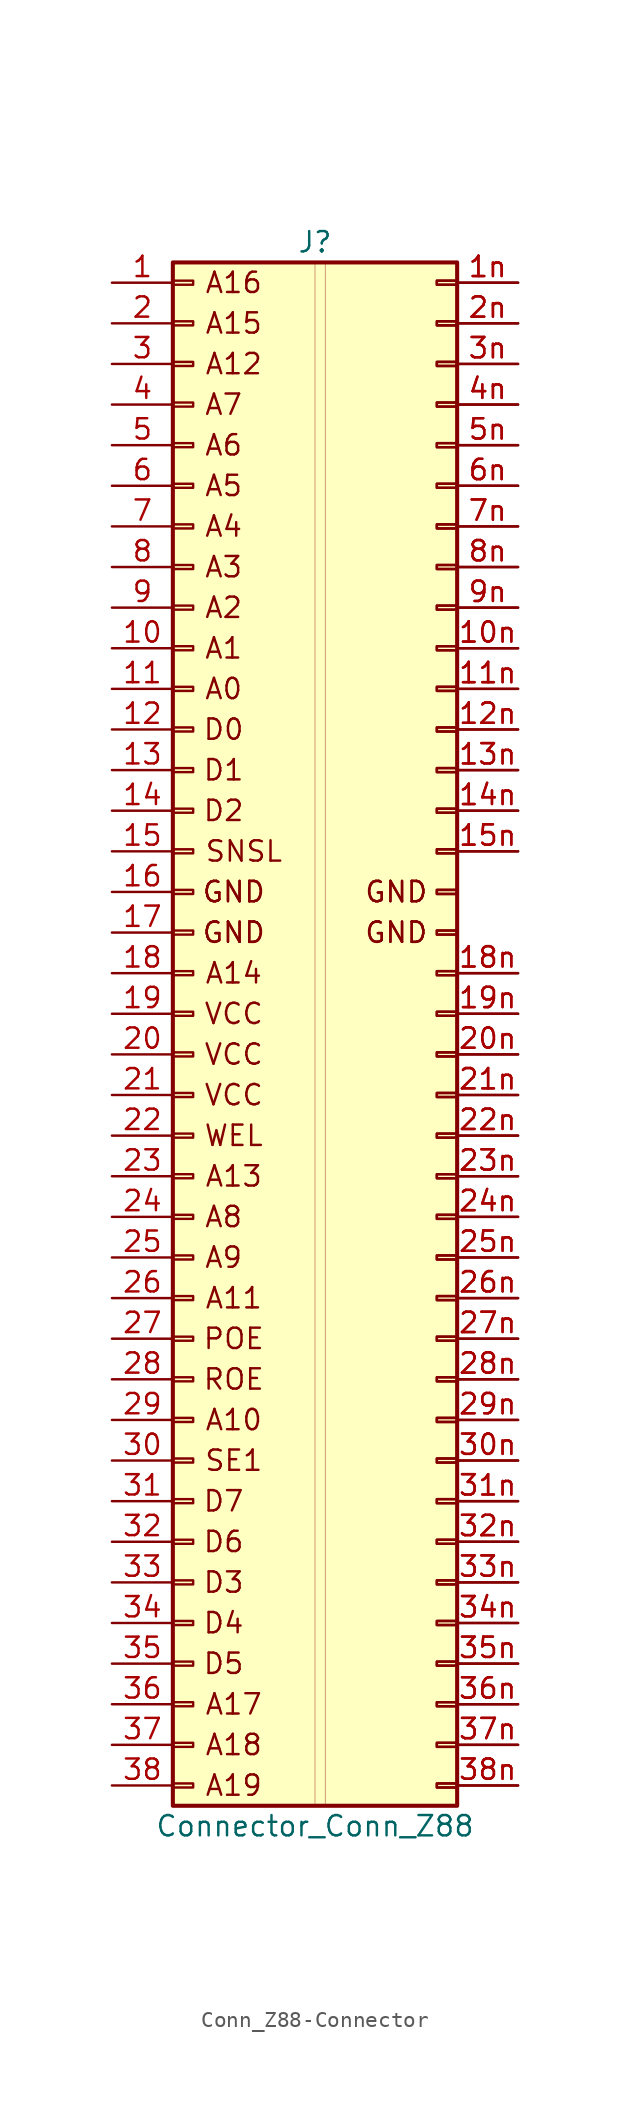
<source format=kicad_sym>
(kicad_symbol_lib
  (version 20231120)
  (generator "kicad_symbol_editor")
  (generator_version "8.0")
  (symbol "Conn_Z88-Connector"
    (pin_names
      (offset 1.016) hide)
    (property "Reference" "J"
      (at 8.89 1.27 0)
      (effects (font (size 1.27 1.27))))
    (property "Value" "Connector_Conn_Z88"
      (at 8.89 -97.79 0)
      (effects (font (size 1.27 1.27))))
    (symbol "Conn_Z88-Connector_0_0"
      (text "GND" (at 13.97 -39.37 0) (effects (font (size 1.27 1.27))))
      (text "GND" (at 13.97 -39.37 0) (effects (font (size 1.27 1.27))))
      (text "WEL" (at 3.81 -54.61 0) (effects (font (size 1.27 1.27)))))
    (symbol "Conn_Z88-Connector_1_1"
      (rectangle (start 0 -95.123) (end 1.27 -95.377) (stroke (width 0.152) (type solid)) (fill (type none)))
      (rectangle (start 0 -92.583) (end 1.27 -92.837) (stroke (width 0.152) (type solid)) (fill (type none)))
      (rectangle (start 0 -90.043) (end 1.27 -90.297) (stroke (width 0.152) (type solid)) (fill (type none)))
      (rectangle (start 0 -87.503) (end 1.27 -87.757) (stroke (width 0.152) (type solid)) (fill (type none)))
      (rectangle (start 0 -84.963) (end 1.27 -85.217) (stroke (width 0.152) (type solid)) (fill (type none)))
      (rectangle (start 0 -82.423) (end 1.27 -82.677) (stroke (width 0.152) (type solid)) (fill (type none)))
      (rectangle (start 0 -79.883) (end 1.27 -80.137) (stroke (width 0.152) (type solid)) (fill (type none)))
      (rectangle (start 0 -77.343) (end 1.27 -77.597) (stroke (width 0.152) (type solid)) (fill (type none)))
      (rectangle (start 0 -74.803) (end 1.27 -75.057) (stroke (width 0.152) (type solid)) (fill (type none)))
      (rectangle (start 0 -72.263) (end 1.27 -72.517) (stroke (width 0.152) (type solid)) (fill (type none)))
      (rectangle (start 0 -69.723) (end 1.27 -69.977) (stroke (width 0.152) (type solid)) (fill (type none)))
      (rectangle (start 0 -67.183) (end 1.27 -67.437) (stroke (width 0.152) (type solid)) (fill (type none)))
      (rectangle (start 0 -64.643) (end 1.27 -64.897) (stroke (width 0.152) (type solid)) (fill (type none)))
      (rectangle (start 0 -62.103) (end 1.27 -62.357) (stroke (width 0.152) (type solid)) (fill (type none)))
      (rectangle (start 0 -59.563) (end 1.27 -59.817) (stroke (width 0.152) (type solid)) (fill (type none)))
      (rectangle (start 0 -57.023) (end 1.27 -57.277) (stroke (width 0.152) (type solid)) (fill (type none)))
      (rectangle (start 0 -54.483) (end 1.27 -54.737) (stroke (width 0.152) (type solid)) (fill (type none)))
      (rectangle (start 0 -51.943) (end 1.27 -52.197) (stroke (width 0.152) (type solid)) (fill (type none)))
      (rectangle (start 0 -49.403) (end 1.27 -49.657) (stroke (width 0.152) (type solid)) (fill (type none)))
      (rectangle (start 0 -46.863) (end 1.27 -47.117) (stroke (width 0.152) (type solid)) (fill (type none)))
      (rectangle (start 0 -44.323) (end 1.27 -44.577) (stroke (width 0.152) (type solid)) (fill (type none)))
      (rectangle (start 0 -41.783) (end 1.27 -42.037) (stroke (width 0.152) (type solid)) (fill (type none)))
      (rectangle (start 0 -39.243) (end 1.27 -39.497) (stroke (width 0.152) (type solid)) (fill (type none)))
      (rectangle (start 0 -36.703) (end 1.27 -36.957) (stroke (width 0.152) (type solid)) (fill (type none)))
      (rectangle (start 0 -34.163) (end 1.27 -34.417) (stroke (width 0.152) (type solid)) (fill (type none)))
      (rectangle (start 0 -31.623) (end 1.27 -31.877) (stroke (width 0.152) (type solid)) (fill (type none)))
      (rectangle (start 0 -29.083) (end 1.27 -29.337) (stroke (width 0.152) (type solid)) (fill (type none)))
      (rectangle (start 0 -26.543) (end 1.27 -26.797) (stroke (width 0.152) (type solid)) (fill (type none)))
      (rectangle (start 0 -24.003) (end 1.27 -24.257) (stroke (width 0.152) (type solid)) (fill (type none)))
      (rectangle (start 0 -21.463) (end 1.27 -21.717) (stroke (width 0.152) (type solid)) (fill (type none)))
      (rectangle (start 0 -18.923) (end 1.27 -19.177) (stroke (width 0.152) (type solid)) (fill (type none)))
      (rectangle (start 0 -16.383) (end 1.27 -16.637) (stroke (width 0.152) (type solid)) (fill (type none)))
      (rectangle (start 0 -13.843) (end 1.27 -14.097) (stroke (width 0.152) (type solid)) (fill (type none)))
      (rectangle (start 0 -11.303) (end 1.27 -11.557) (stroke (width 0.152) (type solid)) (fill (type none)))
      (rectangle (start 0 -8.763) (end 1.27 -9.017) (stroke (width 0.152) (type solid)) (fill (type none)))
      (rectangle (start 0 -6.223) (end 1.27 -6.477) (stroke (width 0.152) (type solid)) (fill (type none)))
      (rectangle (start 0 -3.683) (end 1.27 -3.937) (stroke (width 0.152) (type solid)) (fill (type none)))
      (rectangle (start 0 -1.143) (end 1.27 -1.397) (stroke (width 0.152) (type solid)) (fill (type none)))
      (rectangle (start 0 0) (end 17.78 -96.52) (stroke (width 0.254) (type solid)) (fill (type background)))
      (rectangle (start 8.89 0) (end 9.525 -96.52) (stroke (width 0.025) (type solid)) (fill (type background)))
      (rectangle (start 17.78 -95.123) (end 16.51 -95.377) (stroke (width 0.152) (type solid)) (fill (type none)))
      (rectangle (start 17.78 -95.123) (end 16.51 -95.377) (stroke (width 0.152) (type solid)) (fill (type none)))
      (rectangle (start 17.78 -92.583) (end 16.51 -92.837) (stroke (width 0.152) (type solid)) (fill (type none)))
      (rectangle (start 17.78 -92.583) (end 16.51 -92.837) (stroke (width 0.152) (type solid)) (fill (type none)))
      (rectangle (start 17.78 -90.043) (end 16.51 -90.297) (stroke (width 0.152) (type solid)) (fill (type none)))
      (rectangle (start 17.78 -90.043) (end 16.51 -90.297) (stroke (width 0.152) (type solid)) (fill (type none)))
      (rectangle (start 17.78 -87.503) (end 16.51 -87.757) (stroke (width 0.152) (type solid)) (fill (type none)))
      (rectangle (start 17.78 -87.503) (end 16.51 -87.757) (stroke (width 0.152) (type solid)) (fill (type none)))
      (rectangle (start 17.78 -84.963) (end 16.51 -85.217) (stroke (width 0.152) (type solid)) (fill (type none)))
      (rectangle (start 17.78 -84.963) (end 16.51 -85.217) (stroke (width 0.152) (type solid)) (fill (type none)))
      (rectangle (start 17.78 -82.423) (end 16.51 -82.677) (stroke (width 0.152) (type solid)) (fill (type none)))
      (rectangle (start 17.78 -82.423) (end 16.51 -82.677) (stroke (width 0.152) (type solid)) (fill (type none)))
      (rectangle (start 17.78 -79.883) (end 16.51 -80.137) (stroke (width 0.152) (type solid)) (fill (type none)))
      (rectangle (start 17.78 -79.883) (end 16.51 -80.137) (stroke (width 0.152) (type solid)) (fill (type none)))
      (rectangle (start 17.78 -77.343) (end 16.51 -77.597) (stroke (width 0.152) (type solid)) (fill (type none)))
      (rectangle (start 17.78 -77.343) (end 16.51 -77.597) (stroke (width 0.152) (type solid)) (fill (type none)))
      (rectangle (start 17.78 -74.803) (end 16.51 -75.057) (stroke (width 0.152) (type solid)) (fill (type none)))
      (rectangle (start 17.78 -74.803) (end 16.51 -75.057) (stroke (width 0.152) (type solid)) (fill (type none)))
      (rectangle (start 17.78 -72.263) (end 16.51 -72.517) (stroke (width 0.152) (type solid)) (fill (type none)))
      (rectangle (start 17.78 -72.263) (end 16.51 -72.517) (stroke (width 0.152) (type solid)) (fill (type none)))
      (rectangle (start 17.78 -69.723) (end 16.51 -69.977) (stroke (width 0.152) (type solid)) (fill (type none)))
      (rectangle (start 17.78 -69.723) (end 16.51 -69.977) (stroke (width 0.152) (type solid)) (fill (type none)))
      (rectangle (start 17.78 -67.183) (end 16.51 -67.437) (stroke (width 0.152) (type solid)) (fill (type none)))
      (rectangle (start 17.78 -67.183) (end 16.51 -67.437) (stroke (width 0.152) (type solid)) (fill (type none)))
      (rectangle (start 17.78 -64.643) (end 16.51 -64.897) (stroke (width 0.152) (type solid)) (fill (type none)))
      (rectangle (start 17.78 -64.643) (end 16.51 -64.897) (stroke (width 0.152) (type solid)) (fill (type none)))
      (rectangle (start 17.78 -62.103) (end 16.51 -62.357) (stroke (width 0.152) (type solid)) (fill (type none)))
      (rectangle (start 17.78 -62.103) (end 16.51 -62.357) (stroke (width 0.152) (type solid)) (fill (type none)))
      (rectangle (start 17.78 -59.563) (end 16.51 -59.817) (stroke (width 0.152) (type solid)) (fill (type none)))
      (rectangle (start 17.78 -59.563) (end 16.51 -59.817) (stroke (width 0.152) (type solid)) (fill (type none)))
      (rectangle (start 17.78 -57.023) (end 16.51 -57.277) (stroke (width 0.152) (type solid)) (fill (type none)))
      (rectangle (start 17.78 -57.023) (end 16.51 -57.277) (stroke (width 0.152) (type solid)) (fill (type none)))
      (rectangle (start 17.78 -54.483) (end 16.51 -54.737) (stroke (width 0.152) (type solid)) (fill (type none)))
      (rectangle (start 17.78 -54.483) (end 16.51 -54.737) (stroke (width 0.152) (type solid)) (fill (type none)))
      (rectangle (start 17.78 -51.943) (end 16.51 -52.197) (stroke (width 0.152) (type solid)) (fill (type none)))
      (rectangle (start 17.78 -51.943) (end 16.51 -52.197) (stroke (width 0.152) (type solid)) (fill (type none)))
      (rectangle (start 17.78 -49.403) (end 16.51 -49.657) (stroke (width 0.152) (type solid)) (fill (type none)))
      (rectangle (start 17.78 -49.403) (end 16.51 -49.657) (stroke (width 0.152) (type solid)) (fill (type none)))
      (rectangle (start 17.78 -46.863) (end 16.51 -47.117) (stroke (width 0.152) (type solid)) (fill (type none)))
      (rectangle (start 17.78 -46.863) (end 16.51 -47.117) (stroke (width 0.152) (type solid)) (fill (type none)))
      (rectangle (start 17.78 -44.323) (end 16.51 -44.577) (stroke (width 0.152) (type solid)) (fill (type none)))
      (rectangle (start 17.78 -44.323) (end 16.51 -44.577) (stroke (width 0.152) (type solid)) (fill (type none)))
      (rectangle (start 17.78 -41.783) (end 16.51 -42.037) (stroke (width 0.152) (type solid)) (fill (type none)))
      (rectangle (start 17.78 -41.783) (end 16.51 -42.037) (stroke (width 0.152) (type solid)) (fill (type none)))
      (rectangle (start 17.78 -39.243) (end 16.51 -39.497) (stroke (width 0.152) (type solid)) (fill (type none)))
      (rectangle (start 17.78 -39.243) (end 16.51 -39.497) (stroke (width 0.152) (type solid)) (fill (type none)))
      (rectangle (start 17.78 -36.703) (end 16.51 -36.957) (stroke (width 0.152) (type solid)) (fill (type none)))
      (rectangle (start 17.78 -36.703) (end 16.51 -36.957) (stroke (width 0.152) (type solid)) (fill (type none)))
      (rectangle (start 17.78 -34.163) (end 16.51 -34.417) (stroke (width 0.152) (type solid)) (fill (type none)))
      (rectangle (start 17.78 -34.163) (end 16.51 -34.417) (stroke (width 0.152) (type solid)) (fill (type none)))
      (rectangle (start 17.78 -31.623) (end 16.51 -31.877) (stroke (width 0.152) (type solid)) (fill (type none)))
      (rectangle (start 17.78 -31.623) (end 16.51 -31.877) (stroke (width 0.152) (type solid)) (fill (type none)))
      (rectangle (start 17.78 -29.083) (end 16.51 -29.337) (stroke (width 0.152) (type solid)) (fill (type none)))
      (rectangle (start 17.78 -29.083) (end 16.51 -29.337) (stroke (width 0.152) (type solid)) (fill (type none)))
      (rectangle (start 17.78 -26.543) (end 16.51 -26.797) (stroke (width 0.152) (type solid)) (fill (type none)))
      (rectangle (start 17.78 -26.543) (end 16.51 -26.797) (stroke (width 0.152) (type solid)) (fill (type none)))
      (rectangle (start 17.78 -24.003) (end 16.51 -24.257) (stroke (width 0.152) (type solid)) (fill (type none)))
      (rectangle (start 17.78 -24.003) (end 16.51 -24.257) (stroke (width 0.152) (type solid)) (fill (type none)))
      (rectangle (start 17.78 -21.463) (end 16.51 -21.717) (stroke (width 0.152) (type solid)) (fill (type none)))
      (rectangle (start 17.78 -21.463) (end 16.51 -21.717) (stroke (width 0.152) (type solid)) (fill (type none)))
      (rectangle (start 17.78 -18.923) (end 16.51 -19.177) (stroke (width 0.152) (type solid)) (fill (type none)))
      (rectangle (start 17.78 -18.923) (end 16.51 -19.177) (stroke (width 0.152) (type solid)) (fill (type none)))
      (rectangle (start 17.78 -16.383) (end 16.51 -16.637) (stroke (width 0.152) (type solid)) (fill (type none)))
      (rectangle (start 17.78 -16.383) (end 16.51 -16.637) (stroke (width 0.152) (type solid)) (fill (type none)))
      (rectangle (start 17.78 -13.843) (end 16.51 -14.097) (stroke (width 0.152) (type solid)) (fill (type none)))
      (rectangle (start 17.78 -13.843) (end 16.51 -14.097) (stroke (width 0.152) (type solid)) (fill (type none)))
      (rectangle (start 17.78 -11.303) (end 16.51 -11.557) (stroke (width 0.152) (type solid)) (fill (type none)))
      (rectangle (start 17.78 -11.303) (end 16.51 -11.557) (stroke (width 0.152) (type solid)) (fill (type none)))
      (rectangle (start 17.78 -8.763) (end 16.51 -9.017) (stroke (width 0.152) (type solid)) (fill (type none)))
      (rectangle (start 17.78 -8.763) (end 16.51 -9.017) (stroke (width 0.152) (type solid)) (fill (type none)))
      (rectangle (start 17.78 -6.223) (end 16.51 -6.477) (stroke (width 0.152) (type solid)) (fill (type none)))
      (rectangle (start 17.78 -6.223) (end 16.51 -6.477) (stroke (width 0.152) (type solid)) (fill (type none)))
      (rectangle (start 17.78 -3.683) (end 16.51 -3.937) (stroke (width 0.152) (type solid)) (fill (type none)))
      (rectangle (start 17.78 -3.683) (end 16.51 -3.937) (stroke (width 0.152) (type solid)) (fill (type none)))
      (rectangle (start 17.78 -1.143) (end 16.51 -1.397) (stroke (width 0.152) (type solid)) (fill (type none)))
      (rectangle (start 17.78 -1.143) (end 16.51 -1.397) (stroke (width 0.152) (type solid)) (fill (type none)))
      (text "A0" (at 3.175 -26.67 0) (effects (font (size 1.27 1.27))))
      (text "A1" (at 3.175 -24.13 0) (effects (font (size 1.27 1.27))))
      (text "A10" (at 3.81 -72.39 0) (effects (font (size 1.27 1.27))))
      (text "A11" (at 3.81 -64.77 0) (effects (font (size 1.27 1.27))))
      (text "A12" (at 3.81 -6.35 0) (effects (font (size 1.27 1.27))))
      (text "A13" (at 3.81 -57.15 0) (effects (font (size 1.27 1.27))))
      (text "A14" (at 3.81 -44.45 0) (effects (font (size 1.27 1.27))))
      (text "A15" (at 3.81 -3.81 0) (effects (font (size 1.27 1.27))))
      (text "A16" (at 3.81 -1.27 0) (effects (font (size 1.27 1.27))))
      (text "A17" (at 3.81 -90.17 0) (effects (font (size 1.27 1.27))))
      (text "A18" (at 3.81 -92.71 0) (effects (font (size 1.27 1.27))))
      (text "A19" (at 3.81 -95.25 0) (effects (font (size 1.27 1.27))))
      (text "A2" (at 3.175 -21.59 0) (effects (font (size 1.27 1.27))))
      (text "A3" (at 3.175 -19.05 0) (effects (font (size 1.27 1.27))))
      (text "A4" (at 3.175 -16.51 0) (effects (font (size 1.27 1.27))))
      (text "A5" (at 3.175 -13.97 0) (effects (font (size 1.27 1.27))))
      (text "A6" (at 3.175 -11.43 0) (effects (font (size 1.27 1.27))))
      (text "A7" (at 3.175 -8.89 0) (effects (font (size 1.27 1.27))))
      (text "A8" (at 3.175 -59.69 0) (effects (font (size 1.27 1.27))))
      (text "A9" (at 3.175 -62.23 0) (effects (font (size 1.27 1.27))))
      (text "D0" (at 3.175 -29.21 0) (effects (font (size 1.27 1.27))))
      (text "D1" (at 3.175 -31.75 0) (effects (font (size 1.27 1.27))))
      (text "D2" (at 3.175 -34.29 0) (effects (font (size 1.27 1.27))))
      (text "D3" (at 3.175 -82.55 0) (effects (font (size 1.27 1.27))))
      (text "D4" (at 3.175 -85.09 0) (effects (font (size 1.27 1.27))))
      (text "D5" (at 3.175 -87.63 0) (effects (font (size 1.27 1.27))))
      (text "D6" (at 3.175 -80.01 0) (effects (font (size 1.27 1.27))))
      (text "D7" (at 3.175 -77.47 0) (effects (font (size 1.27 1.27))))
      (text "GND" (at 3.81 -41.91 0) (effects (font (size 1.27 1.27))))
      (text "GND" (at 3.81 -41.91 0) (effects (font (size 1.27 1.27))))
      (text "GND" (at 3.81 -39.37 0) (effects (font (size 1.27 1.27))))
      (text "GND" (at 3.81 -39.37 0) (effects (font (size 1.27 1.27))))
      (text "GND" (at 13.97 -41.91 0) (effects (font (size 1.27 1.27))))
      (text "GND" (at 13.97 -41.91 0) (effects (font (size 1.27 1.27))))
      (text "POE" (at 3.81 -67.31 0) (effects (font (size 1.27 1.27))))
      (text "ROE" (at 3.81 -69.85 0) (effects (font (size 1.27 1.27))))
      (text "SE1" (at 3.81 -74.93 0) (effects (font (size 1.27 1.27))))
      (text "SNSL" (at 4.445 -36.83 0) (effects (font (size 1.27 1.27))))
      (text "VCC" (at 3.81 -52.07 0) (effects (font (size 1.27 1.27))))
      (text "VCC" (at 3.81 -49.53 0) (effects (font (size 1.27 1.27))))
      (text "VCC" (at 3.81 -46.99 0) (effects (font (size 1.27 1.27))))
      (pin passive line (at -3.81 -1.27 0) (length 3.81) (name "Pin_1" (effects (font (size 1.27 1.27)))) (number "1" (effects (font (size 1.27 1.27)))))
      (pin passive line (at -3.81 -24.13 0) (length 3.81) (name "Pin_10" (effects (font (size 1.27 1.27)))) (number "10" (effects (font (size 1.27 1.27)))))
      (pin passive line (at 21.59 -24.13 180) (length 3.81) (name "Pin_48" (effects (font (size 1.27 1.27)))) (number "10n" (effects (font (size 1.27 1.27)))))
      (pin passive line (at 21.59 -24.13 180) (length 3.81) (name "Pin_48" (effects (font (size 1.27 1.27)))) (number "10n" (effects (font (size 1.27 1.27)))))
      (pin passive line (at -3.81 -26.67 0) (length 3.81) (name "Pin_11" (effects (font (size 1.27 1.27)))) (number "11" (effects (font (size 1.27 1.27)))))
      (pin passive line (at 21.59 -26.67 180) (length 3.81) (name "Pin_49" (effects (font (size 1.27 1.27)))) (number "11n" (effects (font (size 1.27 1.27)))))
      (pin passive line (at 21.59 -26.67 180) (length 3.81) (name "Pin_49" (effects (font (size 1.27 1.27)))) (number "11n" (effects (font (size 1.27 1.27)))))
      (pin passive line (at -3.81 -29.21 0) (length 3.81) (name "Pin_12" (effects (font (size 1.27 1.27)))) (number "12" (effects (font (size 1.27 1.27)))))
      (pin passive line (at 21.59 -29.21 180) (length 3.81) (name "Pin_50" (effects (font (size 1.27 1.27)))) (number "12n" (effects (font (size 1.27 1.27)))))
      (pin passive line (at 21.59 -29.21 180) (length 3.81) (name "Pin_50" (effects (font (size 1.27 1.27)))) (number "12n" (effects (font (size 1.27 1.27)))))
      (pin passive line (at -3.81 -31.75 0) (length 3.81) (name "Pin_13" (effects (font (size 1.27 1.27)))) (number "13" (effects (font (size 1.27 1.27)))))
      (pin passive line (at 21.59 -31.75 180) (length 3.81) (name "Pin_51" (effects (font (size 1.27 1.27)))) (number "13n" (effects (font (size 1.27 1.27)))))
      (pin passive line (at 21.59 -31.75 180) (length 3.81) (name "Pin_51" (effects (font (size 1.27 1.27)))) (number "13n" (effects (font (size 1.27 1.27)))))
      (pin passive line (at -3.81 -34.29 0) (length 3.81) (name "Pin_14" (effects (font (size 1.27 1.27)))) (number "14" (effects (font (size 1.27 1.27)))))
      (pin passive line (at 21.59 -34.29 180) (length 3.81) (name "Pin_52" (effects (font (size 1.27 1.27)))) (number "14n" (effects (font (size 1.27 1.27)))))
      (pin passive line (at 21.59 -34.29 180) (length 3.81) (name "Pin_52" (effects (font (size 1.27 1.27)))) (number "14n" (effects (font (size 1.27 1.27)))))
      (pin passive line (at -3.81 -36.83 0) (length 3.81) (name "GND" (effects (font (size 1.27 1.27)))) (number "15" (effects (font (size 1.27 1.27)))))
      (pin passive line (at 21.59 -36.83 180) (length 3.81) (name "Pin_53" (effects (font (size 1.27 1.27)))) (number "15n" (effects (font (size 1.27 1.27)))))
      (pin passive line (at 21.59 -36.83 180) (length 3.81) (name "Pin_53" (effects (font (size 1.27 1.27)))) (number "15n" (effects (font (size 1.27 1.27)))))
      (pin passive line (at -3.81 -39.37 0) (length 3.81) (name "GND" (effects (font (size 1.27 1.27)))) (number "16" (effects (font (size 1.27 1.27)))))
      (pin passive line (at -3.81 -41.91 0) (length 3.81) (name "GND" (effects (font (size 1.27 1.27)))) (number "17" (effects (font (size 1.27 1.27)))))
      (pin passive line (at -3.81 -44.45 0) (length 3.81) (name "Pin_18" (effects (font (size 1.27 1.27)))) (number "18" (effects (font (size 1.27 1.27)))))
      (pin passive line (at 21.59 -44.45 180) (length 3.81) (name "Pin_56" (effects (font (size 1.27 1.27)))) (number "18n" (effects (font (size 1.27 1.27)))))
      (pin passive line (at 21.59 -44.45 180) (length 3.81) (name "Pin_56" (effects (font (size 1.27 1.27)))) (number "18n" (effects (font (size 1.27 1.27)))))
      (pin passive line (at -3.81 -46.99 0) (length 3.81) (name "Pin_19" (effects (font (size 1.27 1.27)))) (number "19" (effects (font (size 1.27 1.27)))))
      (pin passive line (at 21.59 -46.99 180) (length 3.81) (name "Pin_57" (effects (font (size 1.27 1.27)))) (number "19n" (effects (font (size 1.27 1.27)))))
      (pin passive line (at 21.59 -46.99 180) (length 3.81) (name "Pin_57" (effects (font (size 1.27 1.27)))) (number "19n" (effects (font (size 1.27 1.27)))))
      (pin passive line (at 21.59 -1.27 180) (length 3.81) (name "Pin_39" (effects (font (size 1.27 1.27)))) (number "1n" (effects (font (size 1.27 1.27)))))
      (pin passive line (at 21.59 -1.27 180) (length 3.81) (name "Pin_39" (effects (font (size 1.27 1.27)))) (number "1n" (effects (font (size 1.27 1.27)))))
      (pin passive line (at -3.81 -3.81 0) (length 3.81) (name "Pin_2" (effects (font (size 1.27 1.27)))) (number "2" (effects (font (size 1.27 1.27)))))
      (pin passive line (at -3.81 -49.53 0) (length 3.81) (name "Pin_20" (effects (font (size 1.27 1.27)))) (number "20" (effects (font (size 1.27 1.27)))))
      (pin passive line (at 21.59 -49.53 180) (length 3.81) (name "Pin_58" (effects (font (size 1.27 1.27)))) (number "20n" (effects (font (size 1.27 1.27)))))
      (pin passive line (at 21.59 -49.53 180) (length 3.81) (name "Pin_58" (effects (font (size 1.27 1.27)))) (number "20n" (effects (font (size 1.27 1.27)))))
      (pin passive line (at -3.81 -52.07 0) (length 3.81) (name "Pin_21" (effects (font (size 1.27 1.27)))) (number "21" (effects (font (size 1.27 1.27)))))
      (pin passive line (at 21.59 -52.07 180) (length 3.81) (name "Pin_59" (effects (font (size 1.27 1.27)))) (number "21n" (effects (font (size 1.27 1.27)))))
      (pin passive line (at 21.59 -52.07 180) (length 3.81) (name "Pin_59" (effects (font (size 1.27 1.27)))) (number "21n" (effects (font (size 1.27 1.27)))))
      (pin passive line (at -3.81 -54.61 0) (length 3.81) (name "Pin_22" (effects (font (size 1.27 1.27)))) (number "22" (effects (font (size 1.27 1.27)))))
      (pin passive line (at 21.59 -54.61 180) (length 3.81) (name "Pin_60" (effects (font (size 1.27 1.27)))) (number "22n" (effects (font (size 1.27 1.27)))))
      (pin passive line (at 21.59 -54.61 180) (length 3.81) (name "Pin_60" (effects (font (size 1.27 1.27)))) (number "22n" (effects (font (size 1.27 1.27)))))
      (pin passive line (at -3.81 -57.15 0) (length 3.81) (name "Pin_23" (effects (font (size 1.27 1.27)))) (number "23" (effects (font (size 1.27 1.27)))))
      (pin passive line (at 21.59 -57.15 180) (length 3.81) (name "Pin_61" (effects (font (size 1.27 1.27)))) (number "23n" (effects (font (size 1.27 1.27)))))
      (pin passive line (at 21.59 -57.15 180) (length 3.81) (name "Pin_61" (effects (font (size 1.27 1.27)))) (number "23n" (effects (font (size 1.27 1.27)))))
      (pin passive line (at -3.81 -59.69 0) (length 3.81) (name "Pin_24" (effects (font (size 1.27 1.27)))) (number "24" (effects (font (size 1.27 1.27)))))
      (pin passive line (at 21.59 -59.69 180) (length 3.81) (name "Pin_62" (effects (font (size 1.27 1.27)))) (number "24n" (effects (font (size 1.27 1.27)))))
      (pin passive line (at 21.59 -59.69 180) (length 3.81) (name "Pin_62" (effects (font (size 1.27 1.27)))) (number "24n" (effects (font (size 1.27 1.27)))))
      (pin passive line (at -3.81 -62.23 0) (length 3.81) (name "Pin_25" (effects (font (size 1.27 1.27)))) (number "25" (effects (font (size 1.27 1.27)))))
      (pin passive line (at 21.59 -62.23 180) (length 3.81) (name "Pin_63" (effects (font (size 1.27 1.27)))) (number "25n" (effects (font (size 1.27 1.27)))))
      (pin passive line (at 21.59 -62.23 180) (length 3.81) (name "Pin_63" (effects (font (size 1.27 1.27)))) (number "25n" (effects (font (size 1.27 1.27)))))
      (pin passive line (at -3.81 -64.77 0) (length 3.81) (name "Pin_26" (effects (font (size 1.27 1.27)))) (number "26" (effects (font (size 1.27 1.27)))))
      (pin passive line (at 21.59 -64.77 180) (length 3.81) (name "Pin_64" (effects (font (size 1.27 1.27)))) (number "26n" (effects (font (size 1.27 1.27)))))
      (pin passive line (at 21.59 -64.77 180) (length 3.81) (name "Pin_64" (effects (font (size 1.27 1.27)))) (number "26n" (effects (font (size 1.27 1.27)))))
      (pin passive line (at -3.81 -67.31 0) (length 3.81) (name "Pin_27" (effects (font (size 1.27 1.27)))) (number "27" (effects (font (size 1.27 1.27)))))
      (pin passive line (at 21.59 -67.31 180) (length 3.81) (name "Pin_65" (effects (font (size 1.27 1.27)))) (number "27n" (effects (font (size 1.27 1.27)))))
      (pin passive line (at 21.59 -67.31 180) (length 3.81) (name "Pin_65" (effects (font (size 1.27 1.27)))) (number "27n" (effects (font (size 1.27 1.27)))))
      (pin passive line (at -3.81 -69.85 0) (length 3.81) (name "Pin_28" (effects (font (size 1.27 1.27)))) (number "28" (effects (font (size 1.27 1.27)))))
      (pin passive line (at 21.59 -69.85 180) (length 3.81) (name "Pin_66" (effects (font (size 1.27 1.27)))) (number "28n" (effects (font (size 1.27 1.27)))))
      (pin passive line (at 21.59 -69.85 180) (length 3.81) (name "Pin_66" (effects (font (size 1.27 1.27)))) (number "28n" (effects (font (size 1.27 1.27)))))
      (pin passive line (at -3.81 -72.39 0) (length 3.81) (name "Pin_29" (effects (font (size 1.27 1.27)))) (number "29" (effects (font (size 1.27 1.27)))))
      (pin passive line (at 21.59 -72.39 180) (length 3.81) (name "Pin_67" (effects (font (size 1.27 1.27)))) (number "29n" (effects (font (size 1.27 1.27)))))
      (pin passive line (at 21.59 -72.39 180) (length 3.81) (name "Pin_67" (effects (font (size 1.27 1.27)))) (number "29n" (effects (font (size 1.27 1.27)))))
      (pin passive line (at 21.59 -3.81 180) (length 3.81) (name "Pin_40" (effects (font (size 1.27 1.27)))) (number "2n" (effects (font (size 1.27 1.27)))))
      (pin passive line (at 21.59 -3.81 180) (length 3.81) (name "Pin_40" (effects (font (size 1.27 1.27)))) (number "2n" (effects (font (size 1.27 1.27)))))
      (pin passive line (at -3.81 -6.35 0) (length 3.81) (name "Pin_3" (effects (font (size 1.27 1.27)))) (number "3" (effects (font (size 1.27 1.27)))))
      (pin passive line (at -3.81 -74.93 0) (length 3.81) (name "Pin_30" (effects (font (size 1.27 1.27)))) (number "30" (effects (font (size 1.27 1.27)))))
      (pin passive line (at 21.59 -74.93 180) (length 3.81) (name "Pin_68" (effects (font (size 1.27 1.27)))) (number "30n" (effects (font (size 1.27 1.27)))))
      (pin passive line (at 21.59 -74.93 180) (length 3.81) (name "Pin_68" (effects (font (size 1.27 1.27)))) (number "30n" (effects (font (size 1.27 1.27)))))
      (pin passive line (at -3.81 -77.47 0) (length 3.81) (name "Pin_31" (effects (font (size 1.27 1.27)))) (number "31" (effects (font (size 1.27 1.27)))))
      (pin passive line (at 21.59 -77.47 180) (length 3.81) (name "Pin_69" (effects (font (size 1.27 1.27)))) (number "31n" (effects (font (size 1.27 1.27)))))
      (pin passive line (at 21.59 -77.47 180) (length 3.81) (name "Pin_69" (effects (font (size 1.27 1.27)))) (number "31n" (effects (font (size 1.27 1.27)))))
      (pin passive line (at -3.81 -80.01 0) (length 3.81) (name "Pin_32" (effects (font (size 1.27 1.27)))) (number "32" (effects (font (size 1.27 1.27)))))
      (pin passive line (at 21.59 -80.01 180) (length 3.81) (name "Pin_70" (effects (font (size 1.27 1.27)))) (number "32n" (effects (font (size 1.27 1.27)))))
      (pin passive line (at 21.59 -80.01 180) (length 3.81) (name "Pin_70" (effects (font (size 1.27 1.27)))) (number "32n" (effects (font (size 1.27 1.27)))))
      (pin passive line (at -3.81 -82.55 0) (length 3.81) (name "Pin_33" (effects (font (size 1.27 1.27)))) (number "33" (effects (font (size 1.27 1.27)))))
      (pin passive line (at 21.59 -82.55 180) (length 3.81) (name "Pin_71" (effects (font (size 1.27 1.27)))) (number "33n" (effects (font (size 1.27 1.27)))))
      (pin passive line (at 21.59 -82.55 180) (length 3.81) (name "Pin_71" (effects (font (size 1.27 1.27)))) (number "33n" (effects (font (size 1.27 1.27)))))
      (pin passive line (at -3.81 -85.09 0) (length 3.81) (name "Pin_34" (effects (font (size 1.27 1.27)))) (number "34" (effects (font (size 1.27 1.27)))))
      (pin passive line (at 21.59 -85.09 180) (length 3.81) (name "Pin_72" (effects (font (size 1.27 1.27)))) (number "34n" (effects (font (size 1.27 1.27)))))
      (pin passive line (at 21.59 -85.09 180) (length 3.81) (name "Pin_72" (effects (font (size 1.27 1.27)))) (number "34n" (effects (font (size 1.27 1.27)))))
      (pin passive line (at -3.81 -87.63 0) (length 3.81) (name "Pin_35" (effects (font (size 1.27 1.27)))) (number "35" (effects (font (size 1.27 1.27)))))
      (pin passive line (at 21.59 -87.63 180) (length 3.81) (name "Pin_73" (effects (font (size 1.27 1.27)))) (number "35n" (effects (font (size 1.27 1.27)))))
      (pin passive line (at 21.59 -87.63 180) (length 3.81) (name "Pin_73" (effects (font (size 1.27 1.27)))) (number "35n" (effects (font (size 1.27 1.27)))))
      (pin passive line (at -3.81 -90.17 0) (length 3.81) (name "Pin_36" (effects (font (size 1.27 1.27)))) (number "36" (effects (font (size 1.27 1.27)))))
      (pin passive line (at 21.59 -90.17 180) (length 3.81) (name "Pin_74" (effects (font (size 1.27 1.27)))) (number "36n" (effects (font (size 1.27 1.27)))))
      (pin passive line (at 21.59 -90.17 180) (length 3.81) (name "Pin_74" (effects (font (size 1.27 1.27)))) (number "36n" (effects (font (size 1.27 1.27)))))
      (pin passive line (at -3.81 -92.71 0) (length 3.81) (name "Pin_37" (effects (font (size 1.27 1.27)))) (number "37" (effects (font (size 1.27 1.27)))))
      (pin passive line (at 21.59 -92.71 180) (length 3.81) (name "Pin_75" (effects (font (size 1.27 1.27)))) (number "37n" (effects (font (size 1.27 1.27)))))
      (pin passive line (at 21.59 -92.71 180) (length 3.81) (name "Pin_75" (effects (font (size 1.27 1.27)))) (number "37n" (effects (font (size 1.27 1.27)))))
      (pin passive line (at -3.81 -95.25 0) (length 3.81) (name "Pin_38" (effects (font (size 1.27 1.27)))) (number "38" (effects (font (size 1.27 1.27)))))
      (pin passive line (at 21.59 -95.25 180) (length 3.81) (name "Pin_76" (effects (font (size 1.27 1.27)))) (number "38n" (effects (font (size 1.27 1.27)))))
      (pin passive line (at 21.59 -95.25 180) (length 3.81) (name "Pin_76" (effects (font (size 1.27 1.27)))) (number "38n" (effects (font (size 1.27 1.27)))))
      (pin passive line (at 21.59 -6.35 180) (length 3.81) (name "Pin_41" (effects (font (size 1.27 1.27)))) (number "3n" (effects (font (size 1.27 1.27)))))
      (pin passive line (at 21.59 -6.35 180) (length 3.81) (name "Pin_41" (effects (font (size 1.27 1.27)))) (number "3n" (effects (font (size 1.27 1.27)))))
      (pin passive line (at -3.81 -8.89 0) (length 3.81) (name "Pin_4" (effects (font (size 1.27 1.27)))) (number "4" (effects (font (size 1.27 1.27)))))
      (pin passive line (at 21.59 -8.89 180) (length 3.81) (name "Pin_42" (effects (font (size 1.27 1.27)))) (number "4n" (effects (font (size 1.27 1.27)))))
      (pin passive line (at 21.59 -8.89 180) (length 3.81) (name "Pin_42" (effects (font (size 1.27 1.27)))) (number "4n" (effects (font (size 1.27 1.27)))))
      (pin passive line (at -3.81 -11.43 0) (length 3.81) (name "Pin_5" (effects (font (size 1.27 1.27)))) (number "5" (effects (font (size 1.27 1.27)))))
      (pin passive line (at 21.59 -11.43 180) (length 3.81) (name "Pin_43" (effects (font (size 1.27 1.27)))) (number "5n" (effects (font (size 1.27 1.27)))))
      (pin passive line (at 21.59 -11.43 180) (length 3.81) (name "Pin_43" (effects (font (size 1.27 1.27)))) (number "5n" (effects (font (size 1.27 1.27)))))
      (pin passive line (at -3.81 -13.97 0) (length 3.81) (name "Pin_6" (effects (font (size 1.27 1.27)))) (number "6" (effects (font (size 1.27 1.27)))))
      (pin passive line (at 21.59 -13.97 180) (length 3.81) (name "Pin_44" (effects (font (size 1.27 1.27)))) (number "6n" (effects (font (size 1.27 1.27)))))
      (pin passive line (at 21.59 -13.97 180) (length 3.81) (name "Pin_44" (effects (font (size 1.27 1.27)))) (number "6n" (effects (font (size 1.27 1.27)))))
      (pin passive line (at -3.81 -16.51 0) (length 3.81) (name "Pin_7" (effects (font (size 1.27 1.27)))) (number "7" (effects (font (size 1.27 1.27)))))
      (pin passive line (at 21.59 -16.51 180) (length 3.81) (name "Pin_45" (effects (font (size 1.27 1.27)))) (number "7n" (effects (font (size 1.27 1.27)))))
      (pin passive line (at 21.59 -16.51 180) (length 3.81) (name "Pin_45" (effects (font (size 1.27 1.27)))) (number "7n" (effects (font (size 1.27 1.27)))))
      (pin passive line (at -3.81 -19.05 0) (length 3.81) (name "Pin_8" (effects (font (size 1.27 1.27)))) (number "8" (effects (font (size 1.27 1.27)))))
      (pin passive line (at 21.59 -19.05 180) (length 3.81) (name "Pin_46" (effects (font (size 1.27 1.27)))) (number "8n" (effects (font (size 1.27 1.27)))))
      (pin passive line (at 21.59 -19.05 180) (length 3.81) (name "Pin_46" (effects (font (size 1.27 1.27)))) (number "8n" (effects (font (size 1.27 1.27)))))
      (pin passive line (at -3.81 -21.59 0) (length 3.81) (name "Pin_9" (effects (font (size 1.27 1.27)))) (number "9" (effects (font (size 1.27 1.27)))))
      (pin passive line (at 21.59 -21.59 180) (length 3.81) (name "Pin_47" (effects (font (size 1.27 1.27)))) (number "9n" (effects (font (size 1.27 1.27)))))
      (pin passive line (at 21.59 -21.59 180) (length 3.81) (name "Pin_47" (effects (font (size 1.27 1.27)))) (number "9n" (effects (font (size 1.27 1.27))))))))
</source>
